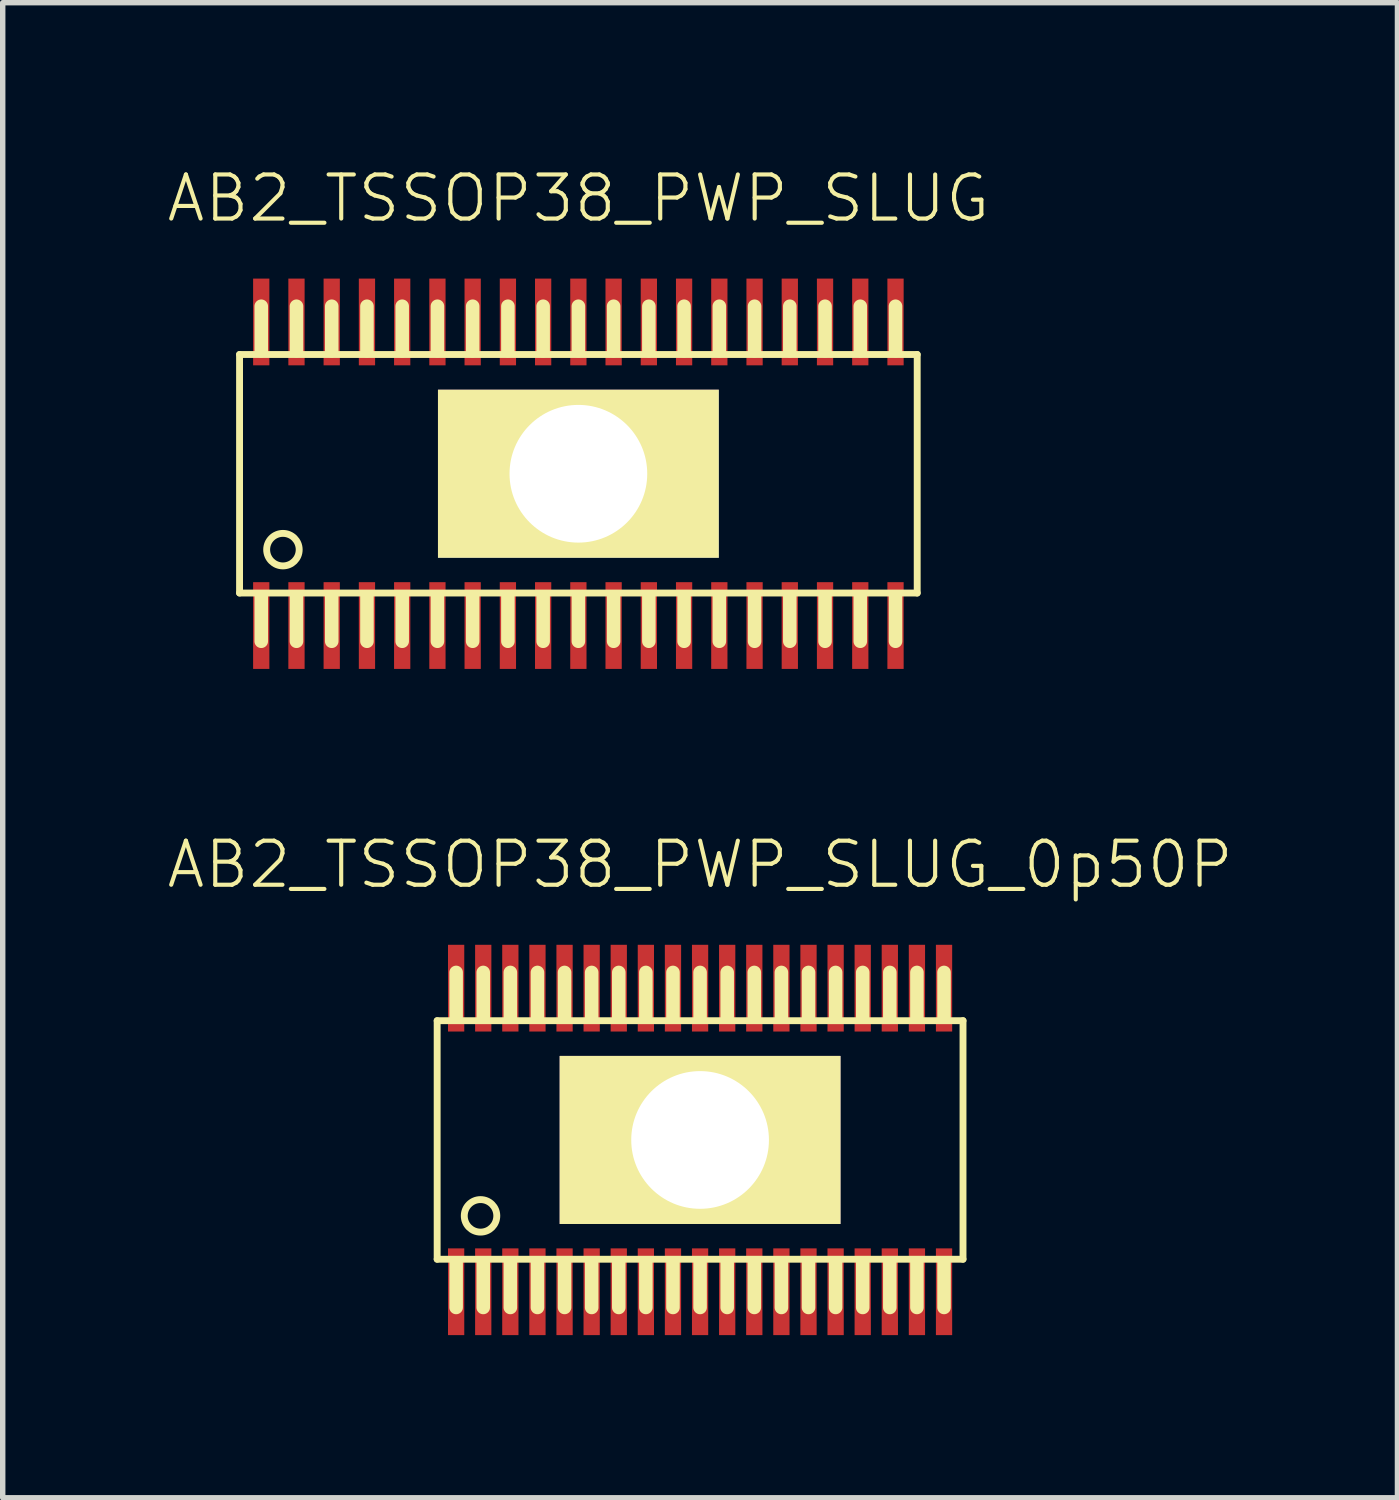
<source format=kicad_pcb>
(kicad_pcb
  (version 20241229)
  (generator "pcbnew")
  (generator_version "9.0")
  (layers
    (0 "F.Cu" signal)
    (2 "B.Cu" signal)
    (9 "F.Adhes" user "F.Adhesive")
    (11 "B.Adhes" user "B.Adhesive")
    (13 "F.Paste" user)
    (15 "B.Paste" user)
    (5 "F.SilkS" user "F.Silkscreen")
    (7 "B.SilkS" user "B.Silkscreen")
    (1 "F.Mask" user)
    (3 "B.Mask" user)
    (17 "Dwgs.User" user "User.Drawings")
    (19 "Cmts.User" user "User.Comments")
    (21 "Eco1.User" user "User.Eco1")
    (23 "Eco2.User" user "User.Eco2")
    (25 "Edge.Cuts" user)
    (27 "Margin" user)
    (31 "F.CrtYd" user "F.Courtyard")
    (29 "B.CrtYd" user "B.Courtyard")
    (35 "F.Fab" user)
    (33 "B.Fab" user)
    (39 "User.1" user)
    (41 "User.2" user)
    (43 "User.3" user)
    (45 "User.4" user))
  (footprint "AB2_TSSOP38_PWP_SLUG_0p50P"
    (layer "F.Cu")
    (at 9.864 17.978)
    (property "Reference" "AB2_TSSOP38_PWP_SLUG_0p50P" (at 0 -5.08 0) (layer "F.SilkS") (effects (font (size 0.813 0.813) (thickness 0.076))))
    (attr through_hole)
    (fp_line (start -4.85 -2.2) (end 4.85 -2.2) (stroke (width 0.127) (type solid)) (layer "F.SilkS"))
    (fp_line (start -4.85 2.2) (end -4.85 -2.2) (stroke (width 0.127) (type solid)) (layer "F.SilkS"))
    (fp_line (start -4.5 -2.27) (end -4.5 -3.09) (stroke (width 0.25) (type solid)) (layer "F.SilkS"))
    (fp_line (start -4.5 2.27) (end -4.5 3.09) (stroke (width 0.25) (type solid)) (layer "F.SilkS"))
    (fp_line (start -4 -2.27) (end -4 -3.09) (stroke (width 0.25) (type solid)) (layer "F.SilkS"))
    (fp_line (start -4 2.27) (end -4 3.09) (stroke (width 0.25) (type solid)) (layer "F.SilkS"))
    (fp_line (start -3.5 -2.27) (end -3.5 -3.09) (stroke (width 0.25) (type solid)) (layer "F.SilkS"))
    (fp_line (start -3.5 2.27) (end -3.5 3.09) (stroke (width 0.25) (type solid)) (layer "F.SilkS"))
    (fp_line (start -3 -2.27) (end -3 -3.09) (stroke (width 0.25) (type solid)) (layer "F.SilkS"))
    (fp_line (start -3 2.27) (end -3 3.09) (stroke (width 0.25) (type solid)) (layer "F.SilkS"))
    (fp_line (start -2.5 -2.27) (end -2.5 -3.09) (stroke (width 0.25) (type solid)) (layer "F.SilkS"))
    (fp_line (start -2.5 2.27) (end -2.5 3.09) (stroke (width 0.25) (type solid)) (layer "F.SilkS"))
    (fp_line (start -2 -2.27) (end -2 -3.09) (stroke (width 0.25) (type solid)) (layer "F.SilkS"))
    (fp_line (start -2 2.27) (end -2 3.09) (stroke (width 0.25) (type solid)) (layer "F.SilkS"))
    (fp_line (start -1.5 -2.27) (end -1.5 -3.09) (stroke (width 0.25) (type solid)) (layer "F.SilkS"))
    (fp_line (start -1.5 2.27) (end -1.5 3.09) (stroke (width 0.25) (type solid)) (layer "F.SilkS"))
    (fp_line (start -1 -2.27) (end -1 -3.09) (stroke (width 0.25) (type solid)) (layer "F.SilkS"))
    (fp_line (start -1 2.27) (end -1 3.09) (stroke (width 0.25) (type solid)) (layer "F.SilkS"))
    (fp_line (start -0.5 -2.27) (end -0.5 -3.09) (stroke (width 0.25) (type solid)) (layer "F.SilkS"))
    (fp_line (start -0.5 2.27) (end -0.5 3.09) (stroke (width 0.25) (type solid)) (layer "F.SilkS"))
    (fp_line (start 0 -2.27) (end 0 -3.09) (stroke (width 0.25) (type solid)) (layer "F.SilkS"))
    (fp_line (start 0 2.27) (end 0 3.09) (stroke (width 0.25) (type solid)) (layer "F.SilkS"))
    (fp_line (start 0.5 -2.27) (end 0.5 -3.09) (stroke (width 0.25) (type solid)) (layer "F.SilkS"))
    (fp_line (start 0.5 2.27) (end 0.5 3.09) (stroke (width 0.25) (type solid)) (layer "F.SilkS"))
    (fp_line (start 1 -2.27) (end 1 -3.09) (stroke (width 0.25) (type solid)) (layer "F.SilkS"))
    (fp_line (start 1 2.27) (end 1 3.09) (stroke (width 0.25) (type solid)) (layer "F.SilkS"))
    (fp_line (start 1.5 -2.27) (end 1.5 -3.09) (stroke (width 0.25) (type solid)) (layer "F.SilkS"))
    (fp_line (start 1.5 2.27) (end 1.5 3.09) (stroke (width 0.25) (type solid)) (layer "F.SilkS"))
    (fp_line (start 2 -2.27) (end 2 -3.09) (stroke (width 0.25) (type solid)) (layer "F.SilkS"))
    (fp_line (start 2 2.27) (end 2 3.09) (stroke (width 0.25) (type solid)) (layer "F.SilkS"))
    (fp_line (start 2.5 -2.27) (end 2.5 -3.09) (stroke (width 0.25) (type solid)) (layer "F.SilkS"))
    (fp_line (start 2.5 2.27) (end 2.5 3.09) (stroke (width 0.25) (type solid)) (layer "F.SilkS"))
    (fp_line (start 3 -2.27) (end 3 -3.09) (stroke (width 0.25) (type solid)) (layer "F.SilkS"))
    (fp_line (start 3 2.27) (end 3 3.09) (stroke (width 0.25) (type solid)) (layer "F.SilkS"))
    (fp_line (start 3.5 -2.27) (end 3.5 -3.09) (stroke (width 0.25) (type solid)) (layer "F.SilkS"))
    (fp_line (start 3.5 2.27) (end 3.5 3.09) (stroke (width 0.25) (type solid)) (layer "F.SilkS"))
    (fp_line (start 4 -2.27) (end 4 -3.09) (stroke (width 0.25) (type solid)) (layer "F.SilkS"))
    (fp_line (start 4 2.27) (end 4 3.09) (stroke (width 0.25) (type solid)) (layer "F.SilkS"))
    (fp_line (start 4.5 -2.27) (end 4.5 -3.09) (stroke (width 0.25) (type solid)) (layer "F.SilkS"))
    (fp_line (start 4.5 2.27) (end 4.5 3.09) (stroke (width 0.25) (type solid)) (layer "F.SilkS"))
    (fp_line (start 4.85 -2.2) (end 4.85 2.2) (stroke (width 0.127) (type solid)) (layer "F.SilkS"))
    (fp_line (start 4.85 2.2) (end -4.85 2.2) (stroke (width 0.127) (type solid)) (layer "F.SilkS"))
    (fp_circle (center -4.05 1.4) (end -4.05 1.1) (stroke (width 0.127) (type solid)) (fill no) (layer "F.SilkS"))
    (pad "1" smd rect (at -4.5 2.8) (size 0.3 1.6) (layers "F.Cu" "F.Mask" "F.Paste"))
    (pad "2" smd rect (at -4 2.8) (size 0.3 1.6) (layers "F.Cu" "F.Mask" "F.Paste"))
    (pad "3" smd rect (at -3.5 2.8) (size 0.3 1.6) (layers "F.Cu" "F.Mask" "F.Paste"))
    (pad "4" smd rect (at -3 2.8) (size 0.3 1.6) (layers "F.Cu" "F.Mask" "F.Paste"))
    (pad "5" smd rect (at -2.5 2.8) (size 0.3 1.6) (layers "F.Cu" "F.Mask" "F.Paste"))
    (pad "6" smd rect (at -2 2.8) (size 0.3 1.6) (layers "F.Cu" "F.Mask" "F.Paste"))
    (pad "7" smd rect (at -1.5 2.8) (size 0.3 1.6) (layers "F.Cu" "F.Mask" "F.Paste"))
    (pad "8" smd rect (at -1 2.8) (size 0.3 1.6) (layers "F.Cu" "F.Mask" "F.Paste"))
    (pad "9" smd rect (at -0.5 2.8) (size 0.3 1.6) (layers "F.Cu" "F.Mask" "F.Paste"))
    (pad "10" smd rect (at 0 2.8) (size 0.3 1.6) (layers "F.Cu" "F.Mask" "F.Paste"))
    (pad "11" smd rect (at 0.5 2.8) (size 0.3 1.6) (layers "F.Cu" "F.Mask" "F.Paste"))
    (pad "12" smd rect (at 1 2.8) (size 0.3 1.6) (layers "F.Cu" "F.Mask" "F.Paste"))
    (pad "13" smd rect (at 1.5 2.8) (size 0.3 1.6) (layers "F.Cu" "F.Mask" "F.Paste"))
    (pad "14" smd rect (at 2 2.8) (size 0.3 1.6) (layers "F.Cu" "F.Mask" "F.Paste"))
    (pad "15" smd rect (at 2.5 2.8) (size 0.3 1.6) (layers "F.Cu" "F.Mask" "F.Paste"))
    (pad "16" smd rect (at 3 2.8) (size 0.3 1.6) (layers "F.Cu" "F.Mask" "F.Paste"))
    (pad "17" smd rect (at 3.5 2.8) (size 0.3 1.6) (layers "F.Cu" "F.Mask" "F.Paste"))
    (pad "18" smd rect (at 4 2.8) (size 0.3 1.6) (layers "F.Cu" "F.Mask" "F.Paste"))
    (pad "19" smd rect (at 4.5 2.8) (size 0.3 1.6) (layers "F.Cu" "F.Mask" "F.Paste"))
    (pad "20" smd rect (at 4.5 -2.8) (size 0.3 1.6) (layers "F.Cu" "F.Mask" "F.Paste"))
    (pad "21" smd rect (at 4 -2.8) (size 0.3 1.6) (layers "F.Cu" "F.Mask" "F.Paste"))
    (pad "22" smd rect (at 3.5 -2.8) (size 0.3 1.6) (layers "F.Cu" "F.Mask" "F.Paste"))
    (pad "23" smd rect (at 3 -2.8) (size 0.3 1.6) (layers "F.Cu" "F.Mask" "F.Paste"))
    (pad "24" smd rect (at 2.5 -2.8) (size 0.3 1.6) (layers "F.Cu" "F.Mask" "F.Paste"))
    (pad "25" smd rect (at 2 -2.8) (size 0.3 1.6) (layers "F.Cu" "F.Mask" "F.Paste"))
    (pad "26" smd rect (at 1.5 -2.8) (size 0.3 1.6) (layers "F.Cu" "F.Mask" "F.Paste"))
    (pad "27" smd rect (at 1 -2.8) (size 0.3 1.6) (layers "F.Cu" "F.Mask" "F.Paste"))
    (pad "28" smd rect (at 0.5 -2.8) (size 0.3 1.6) (layers "F.Cu" "F.Mask" "F.Paste"))
    (pad "29" smd rect (at 0 -2.8) (size 0.3 1.6) (layers "F.Cu" "F.Mask" "F.Paste"))
    (pad "30" smd rect (at -0.5 -2.8) (size 0.3 1.6) (layers "F.Cu" "F.Mask" "F.Paste"))
    (pad "31" smd rect (at -1 -2.8) (size 0.3 1.6) (layers "F.Cu" "F.Mask" "F.Paste"))
    (pad "32" smd rect (at -1.5 -2.8) (size 0.3 1.6) (layers "F.Cu" "F.Mask" "F.Paste"))
    (pad "33" smd rect (at -2 -2.8) (size 0.3 1.6) (layers "F.Cu" "F.Mask" "F.Paste"))
    (pad "34" smd rect (at -2.5 -2.8) (size 0.3 1.6) (layers "F.Cu" "F.Mask" "F.Paste"))
    (pad "35" smd rect (at -3 -2.8) (size 0.3 1.6) (layers "F.Cu" "F.Mask" "F.Paste"))
    (pad "36" smd rect (at -3.5 -2.8) (size 0.3 1.6) (layers "F.Cu" "F.Mask" "F.Paste"))
    (pad "37" smd rect (at -4 -2.8) (size 0.3 1.6) (layers "F.Cu" "F.Mask" "F.Paste"))
    (pad "38" smd rect (at -4.5 -2.8) (size 0.3 1.6) (layers "F.Cu" "F.Mask" "F.Paste"))
    (pad "PWP" thru_hole rect (at 0 0) (size 5.18 3.1) (drill 2.54) (layers "*.Cu" "*.Mask" "F.SilkS")))
  (footprint "AB2_TSSOP38_PWP_SLUG"
    (layer "F.Cu")
    (at 7.619 5.689)
    (property "Reference" "AB2_TSSOP38_PWP_SLUG" (at 0 -5.08 0) (layer "F.SilkS") (effects (font (size 0.813 0.813) (thickness 0.076))))
    (attr through_hole)
    (fp_line (start -6.25 -2.2) (end 6.25 -2.2) (stroke (width 0.127) (type solid)) (layer "F.SilkS"))
    (fp_line (start -6.25 2.2) (end -6.25 -2.2) (stroke (width 0.127) (type solid)) (layer "F.SilkS"))
    (fp_line (start -5.85 -2.27) (end -5.85 -3.09) (stroke (width 0.25) (type solid)) (layer "F.SilkS"))
    (fp_line (start -5.85 2.27) (end -5.85 3.09) (stroke (width 0.25) (type solid)) (layer "F.SilkS"))
    (fp_line (start -5.2 -2.27) (end -5.2 -3.09) (stroke (width 0.25) (type solid)) (layer "F.SilkS"))
    (fp_line (start -5.2 2.27) (end -5.2 3.09) (stroke (width 0.25) (type solid)) (layer "F.SilkS"))
    (fp_line (start -4.55 -2.27) (end -4.55 -3.09) (stroke (width 0.25) (type solid)) (layer "F.SilkS"))
    (fp_line (start -4.55 2.27) (end -4.55 3.09) (stroke (width 0.25) (type solid)) (layer "F.SilkS"))
    (fp_line (start -3.9 -2.27) (end -3.9 -3.09) (stroke (width 0.25) (type solid)) (layer "F.SilkS"))
    (fp_line (start -3.9 2.27) (end -3.9 3.09) (stroke (width 0.25) (type solid)) (layer "F.SilkS"))
    (fp_line (start -3.25 -2.27) (end -3.25 -3.09) (stroke (width 0.25) (type solid)) (layer "F.SilkS"))
    (fp_line (start -3.25 2.27) (end -3.25 3.09) (stroke (width 0.25) (type solid)) (layer "F.SilkS"))
    (fp_line (start -2.6 -2.27) (end -2.6 -3.09) (stroke (width 0.25) (type solid)) (layer "F.SilkS"))
    (fp_line (start -2.6 2.27) (end -2.6 3.09) (stroke (width 0.25) (type solid)) (layer "F.SilkS"))
    (fp_line (start -1.95 -2.27) (end -1.95 -3.09) (stroke (width 0.25) (type solid)) (layer "F.SilkS"))
    (fp_line (start -1.95 2.27) (end -1.95 3.09) (stroke (width 0.25) (type solid)) (layer "F.SilkS"))
    (fp_line (start -1.3 -2.27) (end -1.3 -3.09) (stroke (width 0.25) (type solid)) (layer "F.SilkS"))
    (fp_line (start -1.3 2.27) (end -1.3 3.09) (stroke (width 0.25) (type solid)) (layer "F.SilkS"))
    (fp_line (start -0.65 -2.27) (end -0.65 -3.09) (stroke (width 0.25) (type solid)) (layer "F.SilkS"))
    (fp_line (start -0.65 2.27) (end -0.65 3.09) (stroke (width 0.25) (type solid)) (layer "F.SilkS"))
    (fp_line (start 0 -2.27) (end 0 -3.09) (stroke (width 0.25) (type solid)) (layer "F.SilkS"))
    (fp_line (start 0 2.27) (end 0 3.09) (stroke (width 0.25) (type solid)) (layer "F.SilkS"))
    (fp_line (start 0.65 -2.27) (end 0.65 -3.09) (stroke (width 0.25) (type solid)) (layer "F.SilkS"))
    (fp_line (start 0.65 2.27) (end 0.65 3.09) (stroke (width 0.25) (type solid)) (layer "F.SilkS"))
    (fp_line (start 1.3 -2.27) (end 1.3 -3.09) (stroke (width 0.25) (type solid)) (layer "F.SilkS"))
    (fp_line (start 1.3 2.27) (end 1.3 3.09) (stroke (width 0.25) (type solid)) (layer "F.SilkS"))
    (fp_line (start 1.95 -2.27) (end 1.95 -3.09) (stroke (width 0.25) (type solid)) (layer "F.SilkS"))
    (fp_line (start 1.95 2.27) (end 1.95 3.09) (stroke (width 0.25) (type solid)) (layer "F.SilkS"))
    (fp_line (start 2.6 -2.27) (end 2.6 -3.09) (stroke (width 0.25) (type solid)) (layer "F.SilkS"))
    (fp_line (start 2.6 2.27) (end 2.6 3.09) (stroke (width 0.25) (type solid)) (layer "F.SilkS"))
    (fp_line (start 3.25 -2.27) (end 3.25 -3.09) (stroke (width 0.25) (type solid)) (layer "F.SilkS"))
    (fp_line (start 3.25 2.27) (end 3.25 3.09) (stroke (width 0.25) (type solid)) (layer "F.SilkS"))
    (fp_line (start 3.9 -2.27) (end 3.9 -3.09) (stroke (width 0.25) (type solid)) (layer "F.SilkS"))
    (fp_line (start 3.9 2.27) (end 3.9 3.09) (stroke (width 0.25) (type solid)) (layer "F.SilkS"))
    (fp_line (start 4.55 -2.27) (end 4.55 -3.09) (stroke (width 0.25) (type solid)) (layer "F.SilkS"))
    (fp_line (start 4.55 2.27) (end 4.55 3.09) (stroke (width 0.25) (type solid)) (layer "F.SilkS"))
    (fp_line (start 5.2 -2.27) (end 5.2 -3.09) (stroke (width 0.25) (type solid)) (layer "F.SilkS"))
    (fp_line (start 5.2 2.27) (end 5.2 3.09) (stroke (width 0.25) (type solid)) (layer "F.SilkS"))
    (fp_line (start 5.85 -2.27) (end 5.85 -3.09) (stroke (width 0.25) (type solid)) (layer "F.SilkS"))
    (fp_line (start 5.85 2.27) (end 5.85 3.09) (stroke (width 0.25) (type solid)) (layer "F.SilkS"))
    (fp_line (start 6.25 -2.2) (end 6.25 2.2) (stroke (width 0.127) (type solid)) (layer "F.SilkS"))
    (fp_line (start 6.25 2.2) (end -6.25 2.2) (stroke (width 0.127) (type solid)) (layer "F.SilkS"))
    (fp_circle (center -5.45 1.4) (end -5.45 1.1) (stroke (width 0.127) (type solid)) (fill no) (layer "F.SilkS"))
    (pad "1" smd rect (at -5.85 2.8) (size 0.3 1.6) (layers "F.Cu" "F.Mask" "F.Paste"))
    (pad "2" smd rect (at -5.2 2.8) (size 0.3 1.6) (layers "F.Cu" "F.Mask" "F.Paste"))
    (pad "3" smd rect (at -4.55 2.8) (size 0.3 1.6) (layers "F.Cu" "F.Mask" "F.Paste"))
    (pad "4" smd rect (at -3.9 2.8) (size 0.3 1.6) (layers "F.Cu" "F.Mask" "F.Paste"))
    (pad "5" smd rect (at -3.25 2.8) (size 0.3 1.6) (layers "F.Cu" "F.Mask" "F.Paste"))
    (pad "6" smd rect (at -2.6 2.8) (size 0.3 1.6) (layers "F.Cu" "F.Mask" "F.Paste"))
    (pad "7" smd rect (at -1.95 2.8) (size 0.3 1.6) (layers "F.Cu" "F.Mask" "F.Paste"))
    (pad "8" smd rect (at -1.3 2.8) (size 0.3 1.6) (layers "F.Cu" "F.Mask" "F.Paste"))
    (pad "9" smd rect (at -0.65 2.8) (size 0.3 1.6) (layers "F.Cu" "F.Mask" "F.Paste"))
    (pad "10" smd rect (at 0 2.8) (size 0.3 1.6) (layers "F.Cu" "F.Mask" "F.Paste"))
    (pad "11" smd rect (at 0.65 2.8) (size 0.3 1.6) (layers "F.Cu" "F.Mask" "F.Paste"))
    (pad "12" smd rect (at 1.3 2.8) (size 0.3 1.6) (layers "F.Cu" "F.Mask" "F.Paste"))
    (pad "13" smd rect (at 1.95 2.8) (size 0.3 1.6) (layers "F.Cu" "F.Mask" "F.Paste"))
    (pad "14" smd rect (at 2.6 2.8) (size 0.3 1.6) (layers "F.Cu" "F.Mask" "F.Paste"))
    (pad "15" smd rect (at 3.25 2.8) (size 0.3 1.6) (layers "F.Cu" "F.Mask" "F.Paste"))
    (pad "16" smd rect (at 3.9 2.8) (size 0.3 1.6) (layers "F.Cu" "F.Mask" "F.Paste"))
    (pad "17" smd rect (at 4.55 2.8) (size 0.3 1.6) (layers "F.Cu" "F.Mask" "F.Paste"))
    (pad "18" smd rect (at 5.2 2.8) (size 0.3 1.6) (layers "F.Cu" "F.Mask" "F.Paste"))
    (pad "19" smd rect (at 5.85 2.8) (size 0.3 1.6) (layers "F.Cu" "F.Mask" "F.Paste"))
    (pad "20" smd rect (at 5.85 -2.8) (size 0.3 1.6) (layers "F.Cu" "F.Mask" "F.Paste"))
    (pad "21" smd rect (at 5.2 -2.8) (size 0.3 1.6) (layers "F.Cu" "F.Mask" "F.Paste"))
    (pad "22" smd rect (at 4.55 -2.8) (size 0.3 1.6) (layers "F.Cu" "F.Mask" "F.Paste"))
    (pad "23" smd rect (at 3.9 -2.8) (size 0.3 1.6) (layers "F.Cu" "F.Mask" "F.Paste"))
    (pad "24" smd rect (at 3.25 -2.8) (size 0.3 1.6) (layers "F.Cu" "F.Mask" "F.Paste"))
    (pad "25" smd rect (at 2.6 -2.8) (size 0.3 1.6) (layers "F.Cu" "F.Mask" "F.Paste"))
    (pad "26" smd rect (at 1.95 -2.8) (size 0.3 1.6) (layers "F.Cu" "F.Mask" "F.Paste"))
    (pad "27" smd rect (at 1.3 -2.8) (size 0.3 1.6) (layers "F.Cu" "F.Mask" "F.Paste"))
    (pad "28" smd rect (at 0.65 -2.8) (size 0.3 1.6) (layers "F.Cu" "F.Mask" "F.Paste"))
    (pad "29" smd rect (at 0 -2.8) (size 0.3 1.6) (layers "F.Cu" "F.Mask" "F.Paste"))
    (pad "30" smd rect (at -0.65 -2.8) (size 0.3 1.6) (layers "F.Cu" "F.Mask" "F.Paste"))
    (pad "31" smd rect (at -1.3 -2.8) (size 0.3 1.6) (layers "F.Cu" "F.Mask" "F.Paste"))
    (pad "32" smd rect (at -1.95 -2.8) (size 0.3 1.6) (layers "F.Cu" "F.Mask" "F.Paste"))
    (pad "33" smd rect (at -2.6 -2.8) (size 0.3 1.6) (layers "F.Cu" "F.Mask" "F.Paste"))
    (pad "34" smd rect (at -3.25 -2.8) (size 0.3 1.6) (layers "F.Cu" "F.Mask" "F.Paste"))
    (pad "35" smd rect (at -3.9 -2.8) (size 0.3 1.6) (layers "F.Cu" "F.Mask" "F.Paste"))
    (pad "36" smd rect (at -4.55 -2.8) (size 0.3 1.6) (layers "F.Cu" "F.Mask" "F.Paste"))
    (pad "37" smd rect (at -5.2 -2.8) (size 0.3 1.6) (layers "F.Cu" "F.Mask" "F.Paste"))
    (pad "38" smd rect (at -5.85 -2.8) (size 0.3 1.6) (layers "F.Cu" "F.Mask" "F.Paste"))
    (pad "PWP" thru_hole rect (at 0 0) (size 5.18 3.1) (drill 2.54) (layers "*.Cu" "*.Mask" "F.SilkS")))
  (gr_rect
    (start -3 -3)
    (end 22.728 24.578)
    (stroke (width 0.1) (type default))
    (fill no)
    (layer "Edge.Cuts")))
</source>
